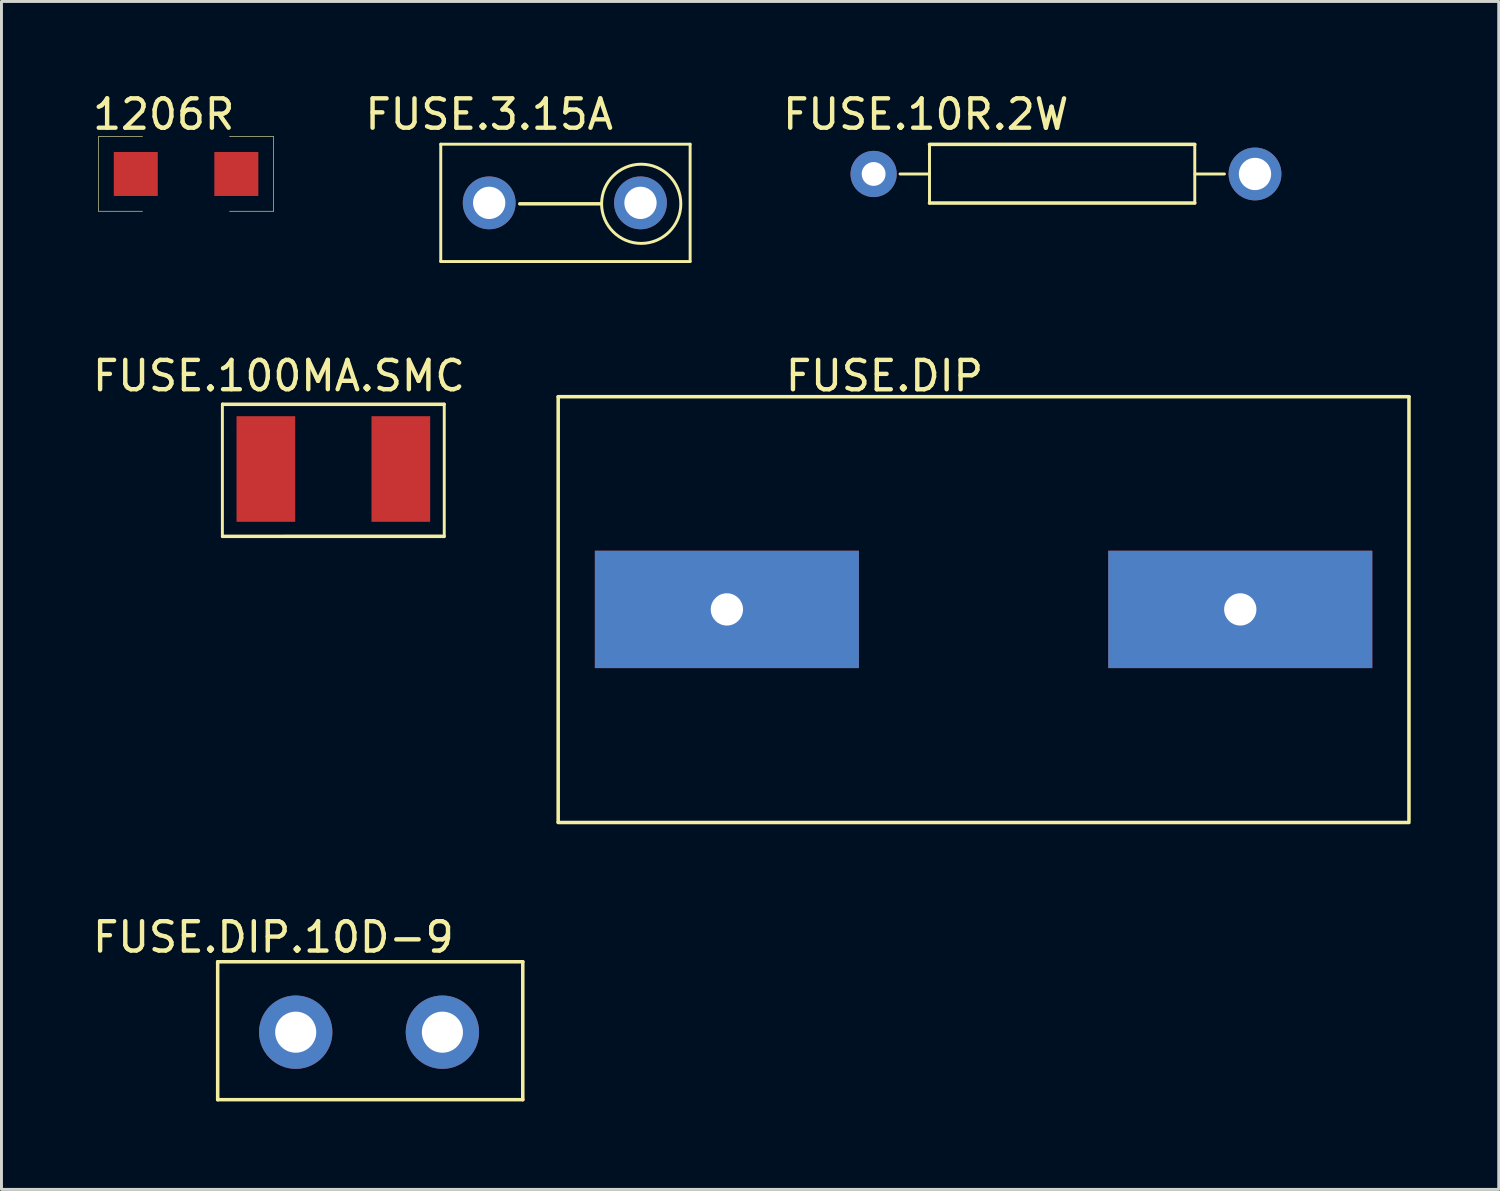
<source format=kicad_pcb>
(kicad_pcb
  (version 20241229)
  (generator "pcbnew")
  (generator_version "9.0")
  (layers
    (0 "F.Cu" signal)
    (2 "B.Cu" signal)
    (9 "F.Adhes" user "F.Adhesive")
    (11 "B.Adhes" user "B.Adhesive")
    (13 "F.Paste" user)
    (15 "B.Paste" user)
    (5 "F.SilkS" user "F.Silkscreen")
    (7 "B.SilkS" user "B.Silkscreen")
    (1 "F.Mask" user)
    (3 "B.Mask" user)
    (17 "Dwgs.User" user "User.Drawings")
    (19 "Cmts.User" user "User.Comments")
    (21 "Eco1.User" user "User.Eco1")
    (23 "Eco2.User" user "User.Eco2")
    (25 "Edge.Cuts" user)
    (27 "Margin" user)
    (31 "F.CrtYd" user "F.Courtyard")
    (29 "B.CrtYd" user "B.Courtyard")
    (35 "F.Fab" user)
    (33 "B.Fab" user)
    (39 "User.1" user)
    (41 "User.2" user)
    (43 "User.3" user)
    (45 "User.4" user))
  (footprint "FUSE.100MA.SMC"
    (layer "F.Cu")
    (at 8.236 13.001)
    (property "Reference" "FUSE.100MA.SMC" (at -1.778 -3.239 0) (layer "F.SilkS") (effects (font (size 1 1) (thickness 0.15))))
    (attr through_hole)
    (fp_line (start -3.706 -2.281) (end -3.706 2.24) (stroke (width 0.1) (type solid)) (layer "F.SilkS"))
    (fp_line (start -3.696 2.231) (end 3.848 2.23) (stroke (width 0.12) (type solid)) (layer "F.SilkS"))
    (fp_line (start -3.691 -2.27) (end 3.848 -2.27) (stroke (width 0.12) (type solid)) (layer "F.SilkS"))
    (fp_line (start 3.857 -2.278) (end 3.857 2.243) (stroke (width 0.1) (type solid)) (layer "F.SilkS"))
    (pad "1" smd rect (at -2.223 -0.064) (size 2 3.6) (layers "F.Cu" "F.Mask" "F.Paste"))
    (pad "2" smd rect (at 2.377 -0.064) (size 2 3.6) (layers "F.Cu" "F.Mask" "F.Paste")))
  (footprint "FUSE.10R.2W"
    (layer "F.Cu")
    (at 33.142 2.88)
    (property "Reference" "FUSE.10R.2W" (at -4.636 -2.032 0) (layer "F.SilkS") (effects (font (size 1 1) (thickness 0.15))))
    (attr through_hole)
    (fp_line (start -5.513 0) (end -4.513 0) (stroke (width 0.1) (type solid)) (layer "F.SilkS"))
    (fp_line (start -4.508 -1.009) (end 4.534 -1.009) (stroke (width 0.12) (type solid)) (layer "F.SilkS"))
    (fp_line (start -4.508 0.991) (end 4.534 0.991) (stroke (width 0.12) (type solid)) (layer "F.SilkS"))
    (fp_line (start -4.508 1) (end -4.508 -1) (stroke (width 0.1) (type solid)) (layer "F.SilkS"))
    (fp_line (start 4.534 0.991) (end 4.534 -1.009) (stroke (width 0.1) (type solid)) (layer "F.SilkS"))
    (fp_line (start 4.545 0) (end 5.545 0) (stroke (width 0.1) (type solid)) (layer "F.SilkS"))
    (pad "1" thru_hole circle (at -6.413 0) (size 1.575 1.575) (drill 0.813) (layers "*.Cu" "*.Mask"))
    (pad "2" thru_hole circle (at 6.587 0) (size 1.8 1.8) (drill 1.1) (layers "*.Cu" "*.Mask")))
  (footprint "FUSE.DIP.10D-9"
    (layer "F.Cu")
    (at 9.443 32.261)
    (property "Reference" "FUSE.DIP.10D-9" (at -3.175 -3.365 0) (layer "F.SilkS") (effects (font (size 1 1) (thickness 0.15))))
    (attr through_hole)
    (fp_line (start -5.073 -2.527) (end 5.327 -2.527) (stroke (width 0.12) (type solid)) (layer "F.SilkS"))
    (fp_line (start -5.073 2.173) (end -5.073 -2.527) (stroke (width 0.12) (type solid)) (layer "F.SilkS"))
    (fp_line (start -5.073 2.173) (end 5.327 2.173) (stroke (width 0.12) (type solid)) (layer "F.SilkS"))
    (fp_line (start 5.327 2.173) (end 5.327 -2.527) (stroke (width 0.12) (type solid)) (layer "F.SilkS"))
    (pad "1" thru_hole circle (at -2.413 -0.127) (size 2.5 2.5) (drill 1.4) (layers "*.Cu" "*.Mask"))
    (pad "2" thru_hole circle (at 2.587 -0.127) (size 2.5 2.5) (drill 1.4) (layers "*.Cu" "*.Mask")))
  (footprint "1206R"
    (layer "F.Cu")
    (at 3.292 2.88)
    (property "Reference" "1206R" (at -0.762 -2.032 0) (layer "F.SilkS") (effects (font (size 1 1) (thickness 0.15))))
    (attr through_hole)
    (fp_line (start -2.985 -1.27) (end -1.484 -1.27) (stroke (width 0.02) (type solid)) (layer "F.SilkS"))
    (fp_line (start -2.985 1.27) (end -2.985 -1.27) (stroke (width 0.02) (type solid)) (layer "F.SilkS"))
    (fp_line (start -2.985 1.27) (end -1.484 1.27) (stroke (width 0.02) (type solid)) (layer "F.SilkS"))
    (fp_line (start 1.484 -1.27) (end 2.985 -1.27) (stroke (width 0.02) (type solid)) (layer "F.SilkS"))
    (fp_line (start 1.484 1.27) (end 2.985 1.27) (stroke (width 0.02) (type solid)) (layer "F.SilkS"))
    (fp_line (start 2.985 1.27) (end 2.985 -1.27) (stroke (width 0.02) (type solid)) (layer "F.SilkS"))
    (pad "1" smd rect (at 1.714 0) (size 1.5 1.5) (layers "F.Cu" "F.Mask" "F.Paste"))
    (pad "2" smd rect (at -1.714 0) (size 1.5 1.5) (layers "F.Cu" "F.Mask" "F.Paste")))
  (footprint "FUSE.3.15A"
    (layer "F.Cu")
    (at 16.229 3.833)
    (property "Reference" "FUSE.3.15A" (at -2.603 -2.985 0) (layer "F.SilkS") (effects (font (size 1 1) (thickness 0.15))))
    (attr through_hole)
    (fp_line (start -4.255 -1.968) (end -4.255 2.031) (stroke (width 0.1) (type solid)) (layer "F.SilkS"))
    (fp_line (start -4.255 -1.968) (end 4.245 -1.968) (stroke (width 0.1) (type solid)) (layer "F.SilkS"))
    (fp_line (start -4.255 2.031) (end 4.245 2.031) (stroke (width 0.1) (type solid)) (layer "F.SilkS"))
    (fp_line (start 1.206 0.064) (end -1.562 0.064) (stroke (width 0.12) (type solid)) (layer "F.SilkS"))
    (fp_line (start 4.245 -1.968) (end 4.245 2.031) (stroke (width 0.1) (type solid)) (layer "F.SilkS"))
    (fp_circle (center 2.578 0.064) (end 3.928 0.064) (stroke (width 0.1) (type solid)) (fill no) (layer "F.SilkS"))
    (pad "1" thru_hole circle (at -2.604 0.032) (size 1.8 1.8) (drill 1.1) (layers "*.Cu" "*.Mask"))
    (pad "2" thru_hole circle (at 2.553 0.032) (size 1.8 1.8) (drill 1.1) (layers "*.Cu" "*.Mask")))
  (footprint "FUSE.DIP"
    (layer "F.Cu")
    (at 21.727 17.723)
    (property "Reference" "FUSE.DIP" (at 5.372 -7.96 0) (layer "F.SilkS") (effects (font (size 1 1) (thickness 0.15))))
    (attr through_hole)
    (fp_line (start -5.75 -7.25) (end -5.75 7.25) (stroke (width 0.12) (type solid)) (layer "F.SilkS"))
    (fp_line (start -5.75 -7.25) (end 23.25 -7.25) (stroke (width 0.12) (type solid)) (layer "F.SilkS"))
    (fp_line (start -5.75 7.264) (end 23.25 7.264) (stroke (width 0.12) (type solid)) (layer "F.SilkS"))
    (fp_line (start 23.25 -7.25) (end 23.25 7.2) (stroke (width 0.12) (type solid)) (layer "F.SilkS"))
    (pad "1" thru_hole rect (at 0 0) (size 9 4) (drill 1.1) (layers "*.Cu" "*.Mask"))
    (pad "2" thru_hole rect (at 17.5 0) (size 9 4) (drill 1.1) (layers "*.Cu" "*.Mask")))
  (gr_rect
    (start -3 -3)
    (end 48.037 37.494)
    (stroke (width 0.1) (type default))
    (fill no)
    (layer "Edge.Cuts")))
</source>
